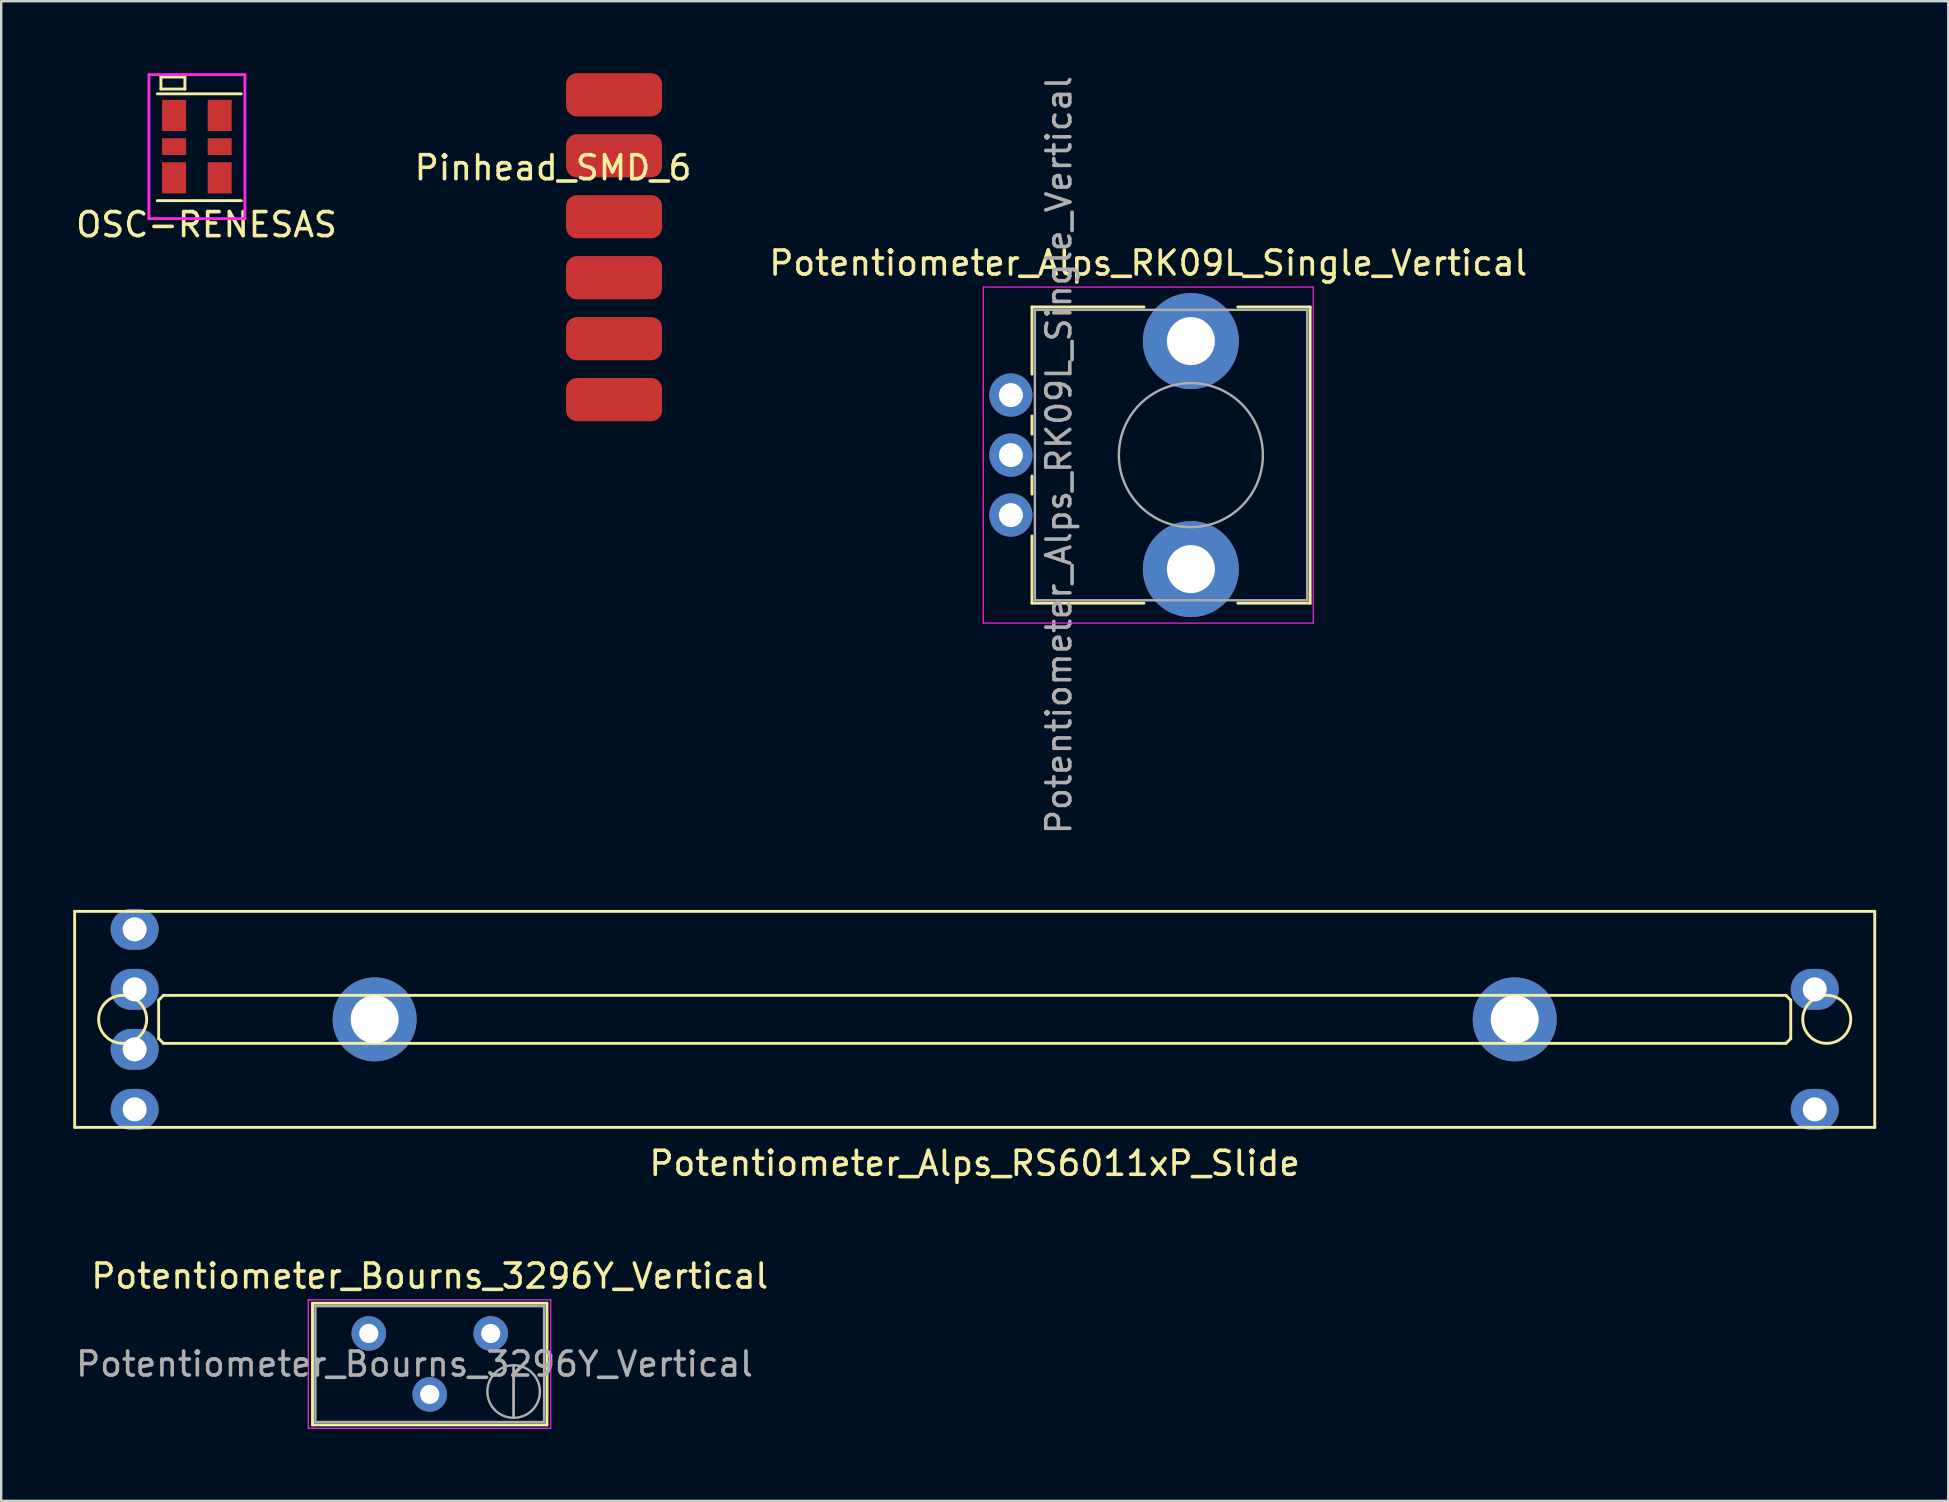
<source format=kicad_pcb>
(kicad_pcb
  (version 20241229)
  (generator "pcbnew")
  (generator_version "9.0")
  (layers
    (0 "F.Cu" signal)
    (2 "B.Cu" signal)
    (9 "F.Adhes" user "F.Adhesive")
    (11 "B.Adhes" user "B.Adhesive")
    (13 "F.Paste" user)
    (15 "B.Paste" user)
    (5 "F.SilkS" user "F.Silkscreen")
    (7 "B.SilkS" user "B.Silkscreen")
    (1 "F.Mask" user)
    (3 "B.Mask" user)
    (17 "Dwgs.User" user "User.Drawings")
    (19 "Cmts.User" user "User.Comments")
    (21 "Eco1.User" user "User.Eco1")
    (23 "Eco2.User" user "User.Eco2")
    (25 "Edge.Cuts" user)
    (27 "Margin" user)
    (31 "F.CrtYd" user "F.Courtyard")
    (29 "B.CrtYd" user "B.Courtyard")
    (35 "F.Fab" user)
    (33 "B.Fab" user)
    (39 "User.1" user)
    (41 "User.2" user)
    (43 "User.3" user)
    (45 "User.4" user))
  (footprint "Potentiometer_Alps_RK09L_Single_Vertical"
    (layer "F.Cu")
    (at 39.067 18.411)
    (property "Reference" "Potentiometer_Alps_RK09L_Single_Vertical" (at 5.725 -10.5 0) (layer "F.SilkS") (effects (font (size 1 1) (thickness 0.15))))
    (attr through_hole)
    (fp_line (start 0.88 -8.67) (end 0.88 -5.871) (stroke (width 0.12) (type solid)) (layer "F.SilkS"))
    (fp_line (start 0.88 -8.67) (end 5.546 -8.67) (stroke (width 0.12) (type solid)) (layer "F.SilkS"))
    (fp_line (start 0.88 -4.129) (end 0.88 -3.37) (stroke (width 0.12) (type solid)) (layer "F.SilkS"))
    (fp_line (start 0.88 -1.629) (end 0.88 -0.87) (stroke (width 0.12) (type solid)) (layer "F.SilkS"))
    (fp_line (start 0.88 0.87) (end 0.88 3.67) (stroke (width 0.12) (type solid)) (layer "F.SilkS"))
    (fp_line (start 0.88 3.67) (end 5.546 3.67) (stroke (width 0.12) (type solid)) (layer "F.SilkS"))
    (fp_line (start 9.455 -8.67) (end 12.47 -8.67) (stroke (width 0.12) (type solid)) (layer "F.SilkS"))
    (fp_line (start 9.455 3.67) (end 12.47 3.67) (stroke (width 0.12) (type solid)) (layer "F.SilkS"))
    (fp_line (start 12.47 -8.67) (end 12.47 3.67) (stroke (width 0.12) (type solid)) (layer "F.SilkS"))
    (fp_line (start -1.15 -9.5) (end -1.15 4.5) (stroke (width 0.05) (type solid)) (layer "F.CrtYd"))
    (fp_line (start -1.15 4.5) (end 12.6 4.5) (stroke (width 0.05) (type solid)) (layer "F.CrtYd"))
    (fp_line (start 12.6 -9.5) (end -1.15 -9.5) (stroke (width 0.05) (type solid)) (layer "F.CrtYd"))
    (fp_line (start 12.6 4.5) (end 12.6 -9.5) (stroke (width 0.05) (type solid)) (layer "F.CrtYd"))
    (fp_line (start 1 -8.55) (end 1 3.55) (stroke (width 0.1) (type solid)) (layer "F.Fab"))
    (fp_line (start 1 3.55) (end 12.35 3.55) (stroke (width 0.1) (type solid)) (layer "F.Fab"))
    (fp_line (start 12.35 -8.55) (end 1 -8.55) (stroke (width 0.1) (type solid)) (layer "F.Fab"))
    (fp_line (start 12.35 3.55) (end 12.35 -8.55) (stroke (width 0.1) (type solid)) (layer "F.Fab"))
    (fp_circle (center 7.5 -2.5) (end 10.5 -2.5) (stroke (width 0.1) (type solid)) (fill no) (layer "F.Fab"))
    (fp_text user "${REFERENCE}" (at 2 -2.5 90) (layer "F.Fab") (effects (font (size 1 1) (thickness 0.15))))
    (pad "" np_thru_hole circle (at 7.5 -7.25) (size 4 4) (drill 2) (layers "*.Cu" "*.Mask"))
    (pad "" np_thru_hole circle (at 7.5 2.25) (size 4 4) (drill 2) (layers "*.Cu" "*.Mask"))
    (pad "1" thru_hole circle (at 0 0) (size 1.8 1.8) (drill 1) (layers "*.Cu" "*.Mask"))
    (pad "2" thru_hole circle (at 0 -2.5) (size 1.8 1.8) (drill 1) (layers "*.Cu" "*.Mask"))
    (pad "3" thru_hole circle (at 0 -5) (size 1.8 1.8) (drill 1) (layers "*.Cu" "*.Mask")))
  (footprint "Potentiometer_Alps_RS6011xP_Slide"
    (layer "F.Cu")
    (at 37.56 39.421)
    (property "Reference" "Potentiometer_Alps_RS6011xP_Slide" (at 0 6 0) (layer "F.SilkS") (effects (font (size 1 1) (thickness 0.15))))
    (attr through_hole)
    (fp_line (start -37.5 -4.5) (end -37.5 4.5) (stroke (width 0.12) (type solid)) (layer "F.SilkS"))
    (fp_line (start -37.5 4.5) (end 37.5 4.5) (stroke (width 0.12) (type solid)) (layer "F.SilkS"))
    (fp_line (start -34 -0.8) (end -34 0.8) (stroke (width 0.12) (type solid)) (layer "F.SilkS"))
    (fp_line (start -34 0.8) (end -33.8 1) (stroke (width 0.12) (type solid)) (layer "F.SilkS"))
    (fp_line (start -33.8 -1) (end -34 -0.8) (stroke (width 0.12) (type solid)) (layer "F.SilkS"))
    (fp_line (start -33.8 1) (end 33.8 1) (stroke (width 0.12) (type solid)) (layer "F.SilkS"))
    (fp_line (start 33.8 -1) (end -33.8 -1) (stroke (width 0.12) (type solid)) (layer "F.SilkS"))
    (fp_line (start 33.8 1) (end 34 0.8) (stroke (width 0.12) (type solid)) (layer "F.SilkS"))
    (fp_line (start 34 -0.8) (end 33.8 -1) (stroke (width 0.12) (type solid)) (layer "F.SilkS"))
    (fp_line (start 34 0.8) (end 34 -0.8) (stroke (width 0.12) (type solid)) (layer "F.SilkS"))
    (fp_line (start 37.5 -4.5) (end -37.5 -4.5) (stroke (width 0.12) (type solid)) (layer "F.SilkS"))
    (fp_line (start 37.5 4.5) (end 37.5 -4.5) (stroke (width 0.12) (type solid)) (layer "F.SilkS"))
    (fp_circle (center -35.5 0) (end -35.5 -1) (stroke (width 0.12) (type solid)) (fill no) (layer "F.SilkS"))
    (fp_circle (center 35.5 0) (end 35.5 1) (stroke (width 0.12) (type solid)) (fill no) (layer "F.SilkS"))
    (pad "1" thru_hole oval (at -35 -1.25) (size 2 1.7) (drill 1) (layers "*.Cu" "*.Mask"))
    (pad "1B" thru_hole oval (at -35 3.75) (size 2 1.7) (drill 1) (layers "*.Cu" "*.Mask"))
    (pad "2" thru_hole oval (at -35 -3.75) (size 2 1.7) (drill 1) (layers "*.Cu" "*.Mask"))
    (pad "2B" thru_hole oval (at -35 1.25) (size 2 1.7) (drill 1) (layers "*.Cu" "*.Mask"))
    (pad "3" thru_hole oval (at 35 -1.25) (size 2 1.7) (drill 1) (layers "*.Cu" "*.Mask"))
    (pad "3B" thru_hole oval (at 35 3.75) (size 2 1.7) (drill 1) (layers "*.Cu" "*.Mask"))
    (pad "SH" thru_hole circle (at -25 0) (size 3.5 3.5) (drill 2) (layers "*.Cu" "*.Mask"))
    (pad "SH" thru_hole circle (at 22.5 0) (size 3.5 3.5) (drill 2) (layers "*.Cu" "*.Mask")))
  (footprint "Potentiometer_Bourns_3296Y_Vertical"
    (layer "F.Cu")
    (at 17.395 52.508)
    (property "Reference" "Potentiometer_Bourns_3296Y_Vertical" (at -2.54 -2.39 0) (layer "F.SilkS") (effects (font (size 1 1) (thickness 0.15))))
    (attr through_hole)
    (fp_line (start -7.425 -1.26) (end -7.425 3.81) (stroke (width 0.12) (type solid)) (layer "F.SilkS"))
    (fp_line (start -7.425 -1.26) (end 2.345 -1.26) (stroke (width 0.12) (type solid)) (layer "F.SilkS"))
    (fp_line (start -7.425 3.81) (end 2.345 3.81) (stroke (width 0.12) (type solid)) (layer "F.SilkS"))
    (fp_line (start 2.345 -1.26) (end 2.345 3.81) (stroke (width 0.12) (type solid)) (layer "F.SilkS"))
    (fp_line (start -7.6 -1.4) (end -7.6 3.95) (stroke (width 0.05) (type solid)) (layer "F.CrtYd"))
    (fp_line (start -7.6 3.95) (end 2.5 3.95) (stroke (width 0.05) (type solid)) (layer "F.CrtYd"))
    (fp_line (start 2.5 -1.4) (end -7.6 -1.4) (stroke (width 0.05) (type solid)) (layer "F.CrtYd"))
    (fp_line (start 2.5 3.95) (end 2.5 -1.4) (stroke (width 0.05) (type solid)) (layer "F.CrtYd"))
    (fp_line (start -7.305 -1.14) (end -7.305 3.69) (stroke (width 0.1) (type solid)) (layer "F.Fab"))
    (fp_line (start -7.305 3.69) (end 2.225 3.69) (stroke (width 0.1) (type solid)) (layer "F.Fab"))
    (fp_line (start 0.955 3.505) (end 0.956 1.336) (stroke (width 0.1) (type solid)) (layer "F.Fab"))
    (fp_line (start 0.955 3.505) (end 0.956 1.336) (stroke (width 0.1) (type solid)) (layer "F.Fab"))
    (fp_line (start 2.225 -1.14) (end -7.305 -1.14) (stroke (width 0.1) (type solid)) (layer "F.Fab"))
    (fp_line (start 2.225 3.69) (end 2.225 -1.14) (stroke (width 0.1) (type solid)) (layer "F.Fab"))
    (fp_circle (center 0.955 2.42) (end 2.05 2.42) (stroke (width 0.1) (type solid)) (fill no) (layer "F.Fab"))
    (fp_text user "${REFERENCE}" (at -3.175 1.275 0) (layer "F.Fab") (effects (font (size 1 1) (thickness 0.15))))
    (pad "1" thru_hole circle (at 0 0) (size 1.44 1.44) (drill 0.8) (layers "*.Cu" "*.Mask"))
    (pad "2" thru_hole circle (at -2.54 2.54) (size 1.44 1.44) (drill 0.8) (layers "*.Cu" "*.Mask"))
    (pad "3" thru_hole circle (at -5.08 0) (size 1.44 1.44) (drill 0.8) (layers "*.Cu" "*.Mask")))
  (footprint "OSC-RENESAS"
    (layer "F.Cu")
    (at 5.154 3.06)
    (property "Reference" "OSC-RENESAS" (at 0.4 3.25 0) (layer "F.SilkS") (effects (font (size 1 1) (thickness 0.15))))
    (attr through_hole)
    (fp_line (start -1.65 -2.2) (end 1.85 -2.2) (stroke (width 0.12) (type solid)) (layer "F.SilkS"))
    (fp_line (start -1.65 2.25) (end 1.85 2.25) (stroke (width 0.12) (type solid)) (layer "F.SilkS"))
    (fp_line (start -1.5 -2.9) (end -1.5 -2.4) (stroke (width 0.12) (type solid)) (layer "F.SilkS"))
    (fp_line (start -1.5 -2.4) (end -0.5 -2.4) (stroke (width 0.12) (type solid)) (layer "F.SilkS"))
    (fp_line (start -0.5 -2.9) (end -1.5 -2.9) (stroke (width 0.12) (type solid)) (layer "F.SilkS"))
    (fp_line (start -0.5 -2.4) (end -0.5 -2.9) (stroke (width 0.12) (type solid)) (layer "F.SilkS"))
    (fp_line (start -2 -3) (end 2 -3) (stroke (width 0.12) (type solid)) (layer "F.CrtYd"))
    (fp_line (start -2 3) (end -2 -3) (stroke (width 0.12) (type solid)) (layer "F.CrtYd"))
    (fp_line (start 2 -3) (end 2 3) (stroke (width 0.12) (type solid)) (layer "F.CrtYd"))
    (fp_line (start 2 3) (end -2 3) (stroke (width 0.12) (type solid)) (layer "F.CrtYd"))
    (pad "1" smd rect (at -0.95 -1.3) (size 1 1.3) (layers "F.Cu" "F.Mask" "F.Paste"))
    (pad "2" smd rect (at -0.95 0) (size 1 0.7) (layers "F.Cu" "F.Mask" "F.Paste"))
    (pad "3" smd rect (at -0.95 1.3) (size 1 1.3) (layers "F.Cu" "F.Mask" "F.Paste"))
    (pad "4" smd rect (at 0.95 1.3) (size 1 1.3) (layers "F.Cu" "F.Mask" "F.Paste"))
    (pad "5" smd rect (at 0.95 0) (size 1 0.7) (layers "F.Cu" "F.Mask" "F.Paste"))
    (pad "6" smd rect (at 0.95 -1.3) (size 1 1.3) (layers "F.Cu" "F.Mask" "F.Paste")))
  (footprint "Pinhead_SMD_6"
    (layer "F.Cu")
    (at 19.994 3.44)
    (property "Reference" "Pinhead_SMD_6" (at 0 0.5 0) (layer "F.SilkS") (effects (font (size 1 1) (thickness 0.15))))
    (attr through_hole)
    (pad "1" smd roundrect (at 2.54 -2.54) (size 4 1.8) (layers "F.Cu" "F.Mask") (roundrect_rratio 0.25))
    (pad "2" smd roundrect (at 2.54 0) (size 4 1.8) (layers "F.Cu" "F.Mask") (roundrect_rratio 0.25))
    (pad "3" smd roundrect (at 2.54 2.54) (size 4 1.8) (layers "F.Cu" "F.Mask") (roundrect_rratio 0.25))
    (pad "4" smd roundrect (at 2.54 5.08) (size 4 1.8) (layers "F.Cu" "F.Mask") (roundrect_rratio 0.25))
    (pad "5" smd roundrect (at 2.54 7.62) (size 4 1.8) (layers "F.Cu" "F.Mask") (roundrect_rratio 0.25))
    (pad "6" smd roundrect (at 2.54 10.16) (size 4 1.8) (layers "F.Cu" "F.Mask") (roundrect_rratio 0.25)))
  (gr_rect
    (start -3 -3)
    (end 78.12 59.483)
    (stroke (width 0.1) (type default))
    (fill no)
    (layer "Edge.Cuts")))
</source>
